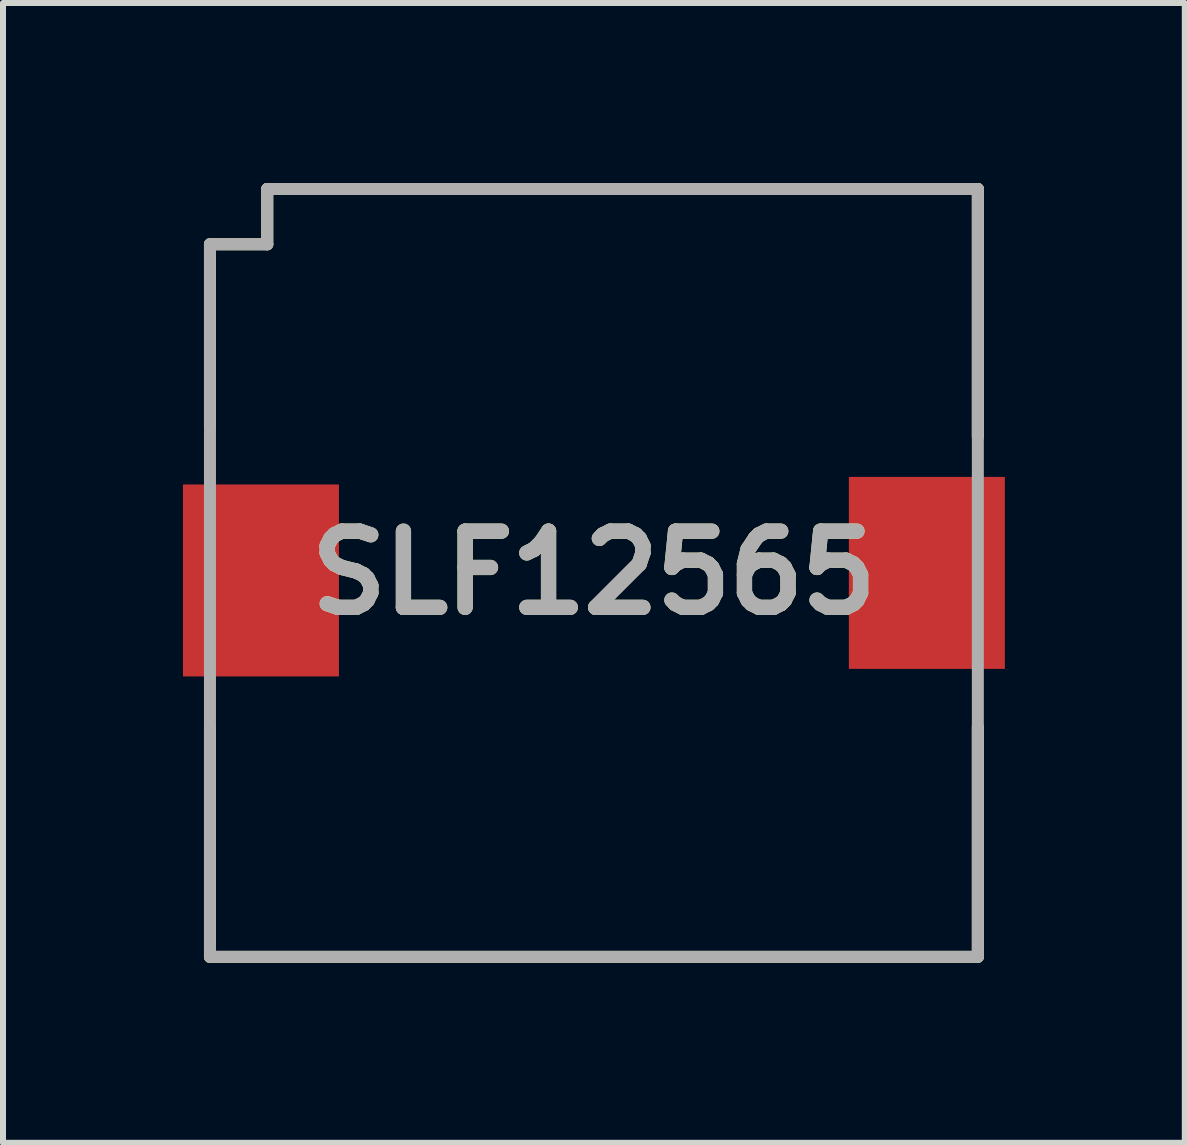
<source format=kicad_pcb>
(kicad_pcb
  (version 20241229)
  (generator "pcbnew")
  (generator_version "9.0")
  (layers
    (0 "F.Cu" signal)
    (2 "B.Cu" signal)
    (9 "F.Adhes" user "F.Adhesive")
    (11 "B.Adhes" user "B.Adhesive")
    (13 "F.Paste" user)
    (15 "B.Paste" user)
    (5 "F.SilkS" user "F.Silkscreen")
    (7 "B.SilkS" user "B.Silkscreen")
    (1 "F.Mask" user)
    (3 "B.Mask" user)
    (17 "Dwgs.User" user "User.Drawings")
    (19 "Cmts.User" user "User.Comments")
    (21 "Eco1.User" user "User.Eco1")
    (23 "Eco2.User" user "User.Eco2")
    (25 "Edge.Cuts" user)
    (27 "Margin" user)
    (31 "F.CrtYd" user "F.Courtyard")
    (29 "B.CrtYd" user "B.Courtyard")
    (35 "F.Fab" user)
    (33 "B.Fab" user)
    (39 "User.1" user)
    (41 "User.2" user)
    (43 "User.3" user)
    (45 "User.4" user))
  (footprint "SLF12565"
    (layer "F.Cu")
    (at 6.85 6.5)
    (property "Reference" "SLF12565" (at 0 0 0) (layer "F.SilkS") (effects (font (size 1.27 1.27) (thickness 0.254))))
    (attr smd)
    (fp_line (start -6.4 -5.478) (end -6.4 -2.423) (stroke (width 0.2) (type solid)) (layer "F.SilkS"))
    (fp_line (start -6.4 -5.478) (end -5.445 -5.478) (stroke (width 0.2) (type solid)) (layer "F.SilkS"))
    (fp_line (start -6.4 6.4) (end -6.4 2.587) (stroke (width 0.2) (type solid)) (layer "F.SilkS"))
    (fp_line (start -6.4 6.4) (end 6.4 6.4) (stroke (width 0.2) (type solid)) (layer "F.SilkS"))
    (fp_line (start -5.445 -6.4) (end 6.4 -6.4) (stroke (width 0.2) (type solid)) (layer "F.SilkS"))
    (fp_line (start -5.445 -5.478) (end -5.445 -6.4) (stroke (width 0.2) (type solid)) (layer "F.SilkS"))
    (fp_line (start 6.4 -6.4) (end 6.4 -2.269) (stroke (width 0.2) (type solid)) (layer "F.SilkS"))
    (fp_line (start 6.4 6.4) (end 6.4 2.567) (stroke (width 0.2) (type solid)) (layer "F.SilkS"))
    (fp_line (start -6.4 -5.478) (end -5.445 -5.478) (stroke (width 0.2) (type solid)) (layer "F.Fab"))
    (fp_line (start -6.4 6.4) (end -6.4 -5.478) (stroke (width 0.2) (type solid)) (layer "F.Fab"))
    (fp_line (start -5.445 -6.4) (end 6.4 -6.4) (stroke (width 0.2) (type solid)) (layer "F.Fab"))
    (fp_line (start -5.445 -5.478) (end -5.445 -6.4) (stroke (width 0.2) (type solid)) (layer "F.Fab"))
    (fp_line (start 6.4 -6.4) (end 6.4 6.4) (stroke (width 0.2) (type solid)) (layer "F.Fab"))
    (fp_line (start 6.4 6.4) (end -6.4 6.4) (stroke (width 0.2) (type solid)) (layer "F.Fab"))
    (fp_text user "${REFERENCE}" (at 0 0 0) (layer "F.Fab") (effects (font (size 1.27 1.27) (thickness 0.254))))
    (pad "1" smd rect (at -5.55 0.126) (size 2.6 3.2) (layers "F.Cu" "F.Mask" "F.Paste"))
    (pad "2" smd rect (at 5.55 0) (size 2.6 3.2) (layers "F.Cu" "F.Mask" "F.Paste")))
  (gr_rect
    (start -3 -3)
    (end 16.7 16)
    (stroke (width 0.1) (type default))
    (fill no)
    (layer "Edge.Cuts")))
</source>
